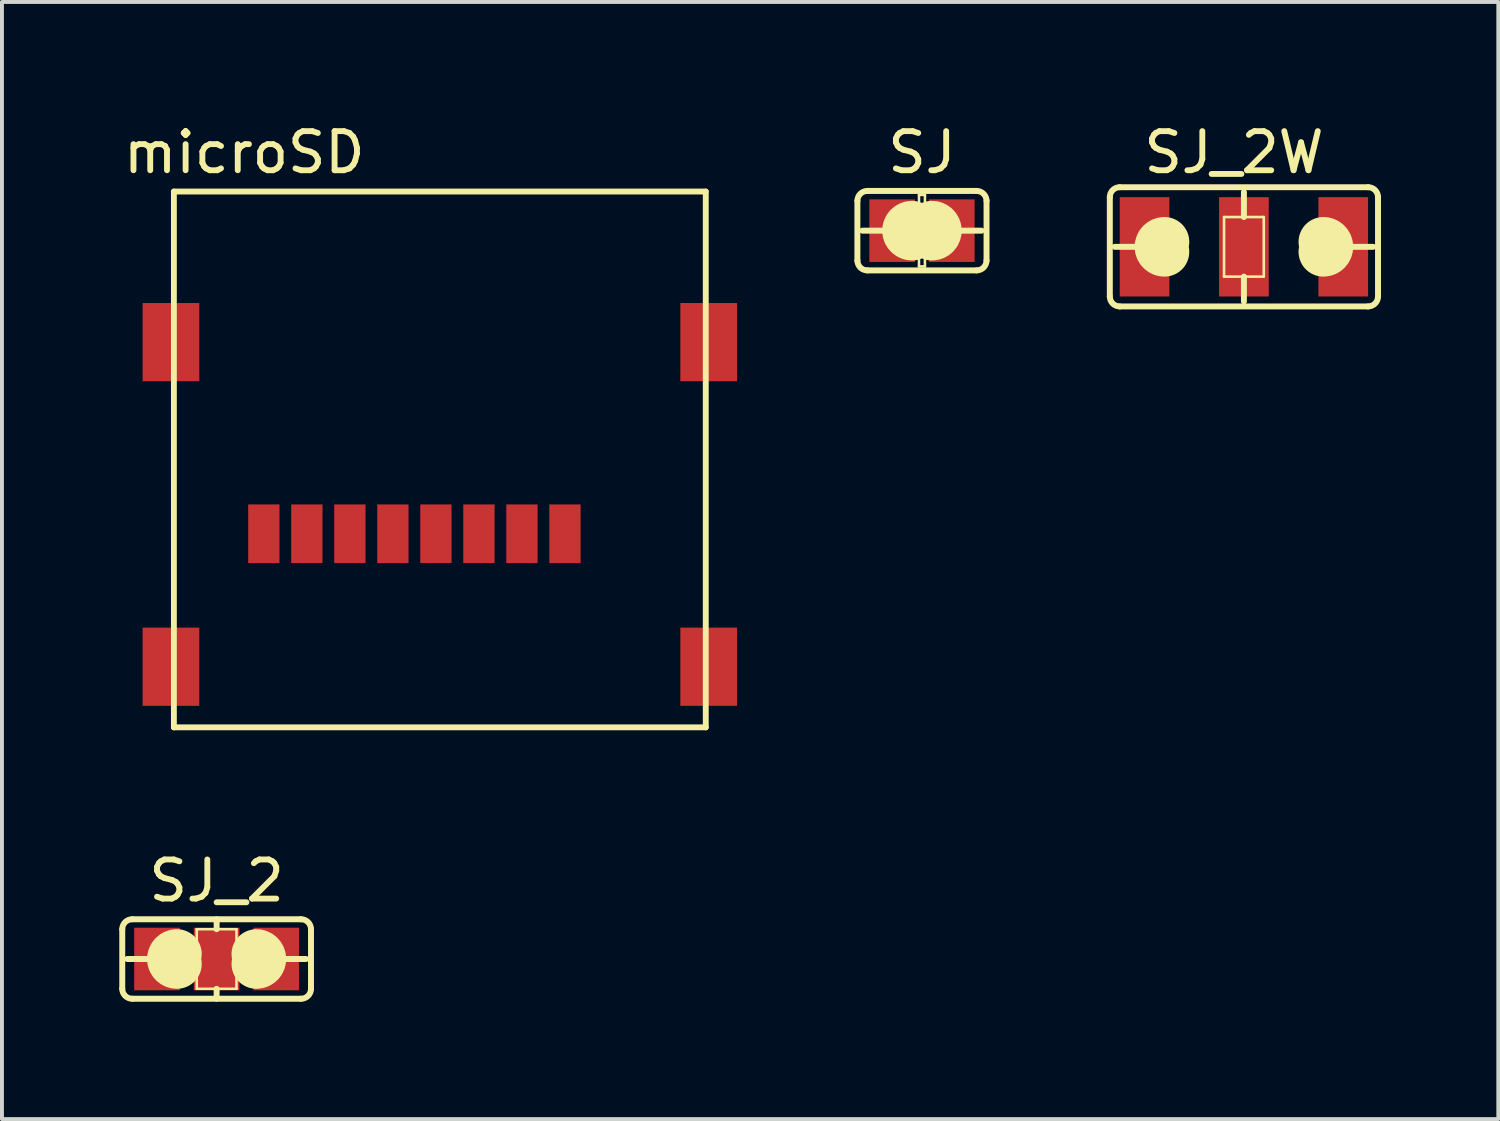
<source format=kicad_pcb>
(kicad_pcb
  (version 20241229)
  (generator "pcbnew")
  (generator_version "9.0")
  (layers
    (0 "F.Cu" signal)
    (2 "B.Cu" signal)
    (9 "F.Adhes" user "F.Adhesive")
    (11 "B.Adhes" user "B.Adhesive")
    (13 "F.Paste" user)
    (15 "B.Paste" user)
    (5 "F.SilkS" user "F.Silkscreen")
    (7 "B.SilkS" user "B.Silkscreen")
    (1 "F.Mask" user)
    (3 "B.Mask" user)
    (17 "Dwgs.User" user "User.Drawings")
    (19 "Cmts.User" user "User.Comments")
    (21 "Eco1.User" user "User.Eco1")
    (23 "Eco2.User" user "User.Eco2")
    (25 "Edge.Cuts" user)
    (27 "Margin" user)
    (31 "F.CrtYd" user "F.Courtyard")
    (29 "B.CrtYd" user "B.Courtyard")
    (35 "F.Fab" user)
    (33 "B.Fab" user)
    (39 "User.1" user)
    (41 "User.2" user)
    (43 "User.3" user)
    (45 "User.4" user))
  (footprint "microSD"
    (layer "F.Cu")
    (at 8.196 1.848)
    (property "Reference" "microSD" (at -5 -1 0) (layer "F.SilkS") (effects (font (size 1 1) (thickness 0.15))))
    (attr through_hole)
    (fp_line (start -6.8 13.7) (end -6.8 0) (stroke (width 0.15) (type solid)) (layer "F.SilkS"))
    (fp_line (start 6.8 0) (end -6.8 0) (stroke (width 0.15) (type solid)) (layer "F.SilkS"))
    (fp_line (start 6.8 0) (end 6.8 13.7) (stroke (width 0.15) (type solid)) (layer "F.SilkS"))
    (fp_line (start 6.8 13.7) (end -6.8 13.7) (stroke (width 0.15) (type solid)) (layer "F.SilkS"))
    (pad "1" smd rect (at 3.2 8.75) (size 0.8 1.5) (layers "F.Cu" "F.Mask" "F.Paste"))
    (pad "2" smd rect (at 2.1 8.75) (size 0.8 1.5) (layers "F.Cu" "F.Mask" "F.Paste"))
    (pad "3" smd rect (at 1 8.75) (size 0.8 1.5) (layers "F.Cu" "F.Mask" "F.Paste"))
    (pad "4" smd rect (at -0.1 8.75) (size 0.8 1.5) (layers "F.Cu" "F.Mask" "F.Paste"))
    (pad "5" smd rect (at -1.2 8.75) (size 0.8 1.5) (layers "F.Cu" "F.Mask" "F.Paste"))
    (pad "6" smd rect (at -2.3 8.75) (size 0.8 1.5) (layers "F.Cu" "F.Mask" "F.Paste"))
    (pad "7" smd rect (at -3.4 8.75) (size 0.8 1.5) (layers "F.Cu" "F.Mask" "F.Paste"))
    (pad "8" smd rect (at -4.5 8.75) (size 0.8 1.5) (layers "F.Cu" "F.Mask" "F.Paste"))
    (pad "9" smd rect (at -6.875 3.85) (size 1.45 2) (layers "F.Cu" "F.Mask" "F.Paste"))
    (pad "10" smd rect (at -6.875 12.15) (size 1.45 2) (layers "F.Cu" "F.Mask" "F.Paste"))
    (pad "11" smd rect (at 6.875 12.15) (size 1.45 2) (layers "F.Cu" "F.Mask" "F.Paste"))
    (pad "12" smd rect (at 6.875 3.85) (size 1.45 2) (layers "F.Cu" "F.Mask" "F.Paste")))
  (footprint "SJ"
    (layer "F.Cu")
    (at 20.524 2.848)
    (property "Reference" "SJ" (at 0 -2 0) (layer "F.SilkS") (effects (font (size 1 1) (thickness 0.15))))
    (attr smd)
    (fp_line (start -1.651 0.762) (end -1.651 -0.762) (stroke (width 0.152) (type solid)) (layer "F.SilkS"))
    (fp_line (start -1.397 -1.016) (end 1.397 -1.016) (stroke (width 0.152) (type solid)) (layer "F.SilkS"))
    (fp_line (start -1.016 0) (end -1.524 0) (stroke (width 0.152) (type solid)) (layer "F.SilkS"))
    (fp_line (start -0.076 -0.914) (end 0.076 -0.914) (stroke (width 0.066) (type solid)) (layer "F.SilkS"))
    (fp_line (start -0.076 0.914) (end -0.076 -0.914) (stroke (width 0.066) (type solid)) (layer "F.SilkS"))
    (fp_line (start -0.076 0.914) (end 0.076 0.914) (stroke (width 0.066) (type solid)) (layer "F.SilkS"))
    (fp_line (start 0.076 0.914) (end 0.076 -0.914) (stroke (width 0.066) (type solid)) (layer "F.SilkS"))
    (fp_line (start 1.016 0) (end 1.524 0) (stroke (width 0.152) (type solid)) (layer "F.SilkS"))
    (fp_line (start 1.397 1.016) (end -1.397 1.016) (stroke (width 0.152) (type solid)) (layer "F.SilkS"))
    (fp_line (start 1.651 0.762) (end 1.651 -0.762) (stroke (width 0.152) (type solid)) (layer "F.SilkS"))
    (fp_arc (start -1.651 -0.762) (mid -1.576605 -0.941605) (end -1.397 -1.016) (stroke (width 0.1524) (type solid)) (layer "F.SilkS"))
    (fp_arc (start -1.397 1.016) (mid -1.576605 0.941605) (end -1.651 0.762) (stroke (width 0.1524) (type solid)) (layer "F.SilkS"))
    (fp_arc (start -0.254 0.127) (mid -0.381 0) (end -0.254 -0.127) (stroke (width 1.27) (type solid)) (layer "F.SilkS"))
    (fp_arc (start 0.254 -0.127) (mid 0.381 0) (end 0.254 0.127) (stroke (width 1.27) (type solid)) (layer "F.SilkS"))
    (fp_arc (start 1.397 -1.016) (mid 1.576605 -0.941605) (end 1.651 -0.762) (stroke (width 0.1524) (type solid)) (layer "F.SilkS"))
    (fp_arc (start 1.651 0.762) (mid 1.576605 0.941605) (end 1.397 1.016) (stroke (width 0.1524) (type solid)) (layer "F.SilkS"))
    (pad "1" smd rect (at -0.762 0) (size 1.168 1.6) (layers "F.Cu" "F.Mask" "F.Paste"))
    (pad "2" smd rect (at 0.762 0) (size 1.168 1.6) (layers "F.Cu" "F.Mask" "F.Paste")))
  (footprint "SJ_2W"
    (layer "F.Cu")
    (at 28.756 3.261)
    (property "Reference" "SJ_2W" (at -0.254 -2.413 0) (layer "F.SilkS") (effects (font (size 1 1) (thickness 0.15))))
    (attr smd)
    (fp_line (start -3.429 1.27) (end -3.429 -1.27) (stroke (width 0.152) (type solid)) (layer "F.SilkS"))
    (fp_line (start -3.175 -1.524) (end 3.175 -1.524) (stroke (width 0.152) (type solid)) (layer "F.SilkS"))
    (fp_line (start -2.794 0) (end -3.302 0) (stroke (width 0.152) (type solid)) (layer "F.SilkS"))
    (fp_line (start -0.508 -0.762) (end 0.508 -0.762) (stroke (width 0.066) (type solid)) (layer "F.SilkS"))
    (fp_line (start -0.508 0.762) (end -0.508 -0.762) (stroke (width 0.066) (type solid)) (layer "F.SilkS"))
    (fp_line (start -0.508 0.762) (end 0.508 0.762) (stroke (width 0.066) (type solid)) (layer "F.SilkS"))
    (fp_line (start 0 -0.762) (end 0 -1.397) (stroke (width 0.152) (type solid)) (layer "F.SilkS"))
    (fp_line (start 0 1.397) (end 0 0.762) (stroke (width 0.152) (type solid)) (layer "F.SilkS"))
    (fp_line (start 0.508 0.762) (end 0.508 -0.762) (stroke (width 0.066) (type solid)) (layer "F.SilkS"))
    (fp_line (start 2.794 0) (end 3.302 0) (stroke (width 0.152) (type solid)) (layer "F.SilkS"))
    (fp_line (start 3.175 1.524) (end -3.175 1.524) (stroke (width 0.152) (type solid)) (layer "F.SilkS"))
    (fp_line (start 3.429 1.27) (end 3.429 -1.27) (stroke (width 0.152) (type solid)) (layer "F.SilkS"))
    (fp_arc (start -3.429 -1.27) (mid -3.354605 -1.449605) (end -3.175 -1.524) (stroke (width 0.1524) (type solid)) (layer "F.SilkS"))
    (fp_arc (start -3.175 1.524) (mid -3.354605 1.449605) (end -3.429 1.27) (stroke (width 0.1524) (type solid)) (layer "F.SilkS"))
    (fp_arc (start -2.032 0.127) (mid -2.159 0) (end -2.032 -0.127) (stroke (width 1.27) (type solid)) (layer "F.SilkS"))
    (fp_arc (start 2.032 -0.127) (mid 2.159 0) (end 2.032 0.127) (stroke (width 1.27) (type solid)) (layer "F.SilkS"))
    (fp_arc (start 3.175 -1.524) (mid 3.354605 -1.449605) (end 3.429 -1.27) (stroke (width 0.1524) (type solid)) (layer "F.SilkS"))
    (fp_arc (start 3.429 1.27) (mid 3.354605 1.449605) (end 3.175 1.524) (stroke (width 0.1524) (type solid)) (layer "F.SilkS"))
    (pad "1" smd rect (at -2.54 0) (size 1.27 2.54) (layers "F.Cu" "F.Mask" "F.Paste"))
    (pad "2" smd rect (at 0 0) (size 1.27 2.54) (layers "F.Cu" "F.Mask" "F.Paste"))
    (pad "3" smd rect (at 2.54 0) (size 1.27 2.54) (layers "F.Cu" "F.Mask" "F.Paste")))
  (footprint "SJ_2"
    (layer "F.Cu")
    (at 2.489 21.471)
    (property "Reference" "SJ_2" (at 0 -2 0) (layer "F.SilkS") (effects (font (size 1 1) (thickness 0.15))))
    (attr smd)
    (fp_line (start -2.413 0.762) (end -2.413 -0.762) (stroke (width 0.152) (type solid)) (layer "F.SilkS"))
    (fp_line (start -2.159 -1.016) (end 2.159 -1.016) (stroke (width 0.152) (type solid)) (layer "F.SilkS"))
    (fp_line (start -1.778 0) (end -2.286 0) (stroke (width 0.152) (type solid)) (layer "F.SilkS"))
    (fp_line (start -0.508 -0.762) (end 0.508 -0.762) (stroke (width 0.066) (type solid)) (layer "F.SilkS"))
    (fp_line (start -0.508 0.762) (end -0.508 -0.762) (stroke (width 0.066) (type solid)) (layer "F.SilkS"))
    (fp_line (start -0.508 0.762) (end 0.508 0.762) (stroke (width 0.066) (type solid)) (layer "F.SilkS"))
    (fp_line (start 0 -0.762) (end 0 -1.016) (stroke (width 0.152) (type solid)) (layer "F.SilkS"))
    (fp_line (start 0 1.016) (end 0 0.762) (stroke (width 0.152) (type solid)) (layer "F.SilkS"))
    (fp_line (start 0.508 0.762) (end 0.508 -0.762) (stroke (width 0.066) (type solid)) (layer "F.SilkS"))
    (fp_line (start 1.778 0) (end 2.286 0) (stroke (width 0.152) (type solid)) (layer "F.SilkS"))
    (fp_line (start 2.159 1.016) (end -2.159 1.016) (stroke (width 0.152) (type solid)) (layer "F.SilkS"))
    (fp_line (start 2.413 0.762) (end 2.413 -0.762) (stroke (width 0.152) (type solid)) (layer "F.SilkS"))
    (fp_arc (start -2.413 -0.762) (mid -2.338605 -0.941605) (end -2.159 -1.016) (stroke (width 0.1524) (type solid)) (layer "F.SilkS"))
    (fp_arc (start -2.159 1.016) (mid -2.338605 0.941605) (end -2.413 0.762) (stroke (width 0.1524) (type solid)) (layer "F.SilkS"))
    (fp_arc (start -1.016 0.127) (mid -1.143 0) (end -1.016 -0.127) (stroke (width 1.27) (type solid)) (layer "F.SilkS"))
    (fp_arc (start 1.016 -0.127) (mid 1.143 0) (end 1.016 0.127) (stroke (width 1.27) (type solid)) (layer "F.SilkS"))
    (fp_arc (start 2.159 -1.016) (mid 2.338605 -0.941605) (end 2.413 -0.762) (stroke (width 0.1524) (type solid)) (layer "F.SilkS"))
    (fp_arc (start 2.413 0.762) (mid 2.338605 0.941605) (end 2.159 1.016) (stroke (width 0.1524) (type solid)) (layer "F.SilkS"))
    (pad "1" smd rect (at -1.524 0) (size 1.168 1.6) (layers "F.Cu" "F.Mask" "F.Paste"))
    (pad "2" smd rect (at 0 0) (size 1.168 1.6) (layers "F.Cu" "F.Mask" "F.Paste"))
    (pad "3" smd rect (at 1.524 0) (size 1.168 1.6) (layers "F.Cu" "F.Mask" "F.Paste")))
  (gr_rect
    (start -3 -3)
    (end 35.261 25.564)
    (stroke (width 0.1) (type default))
    (fill no)
    (layer "Edge.Cuts")))
</source>
